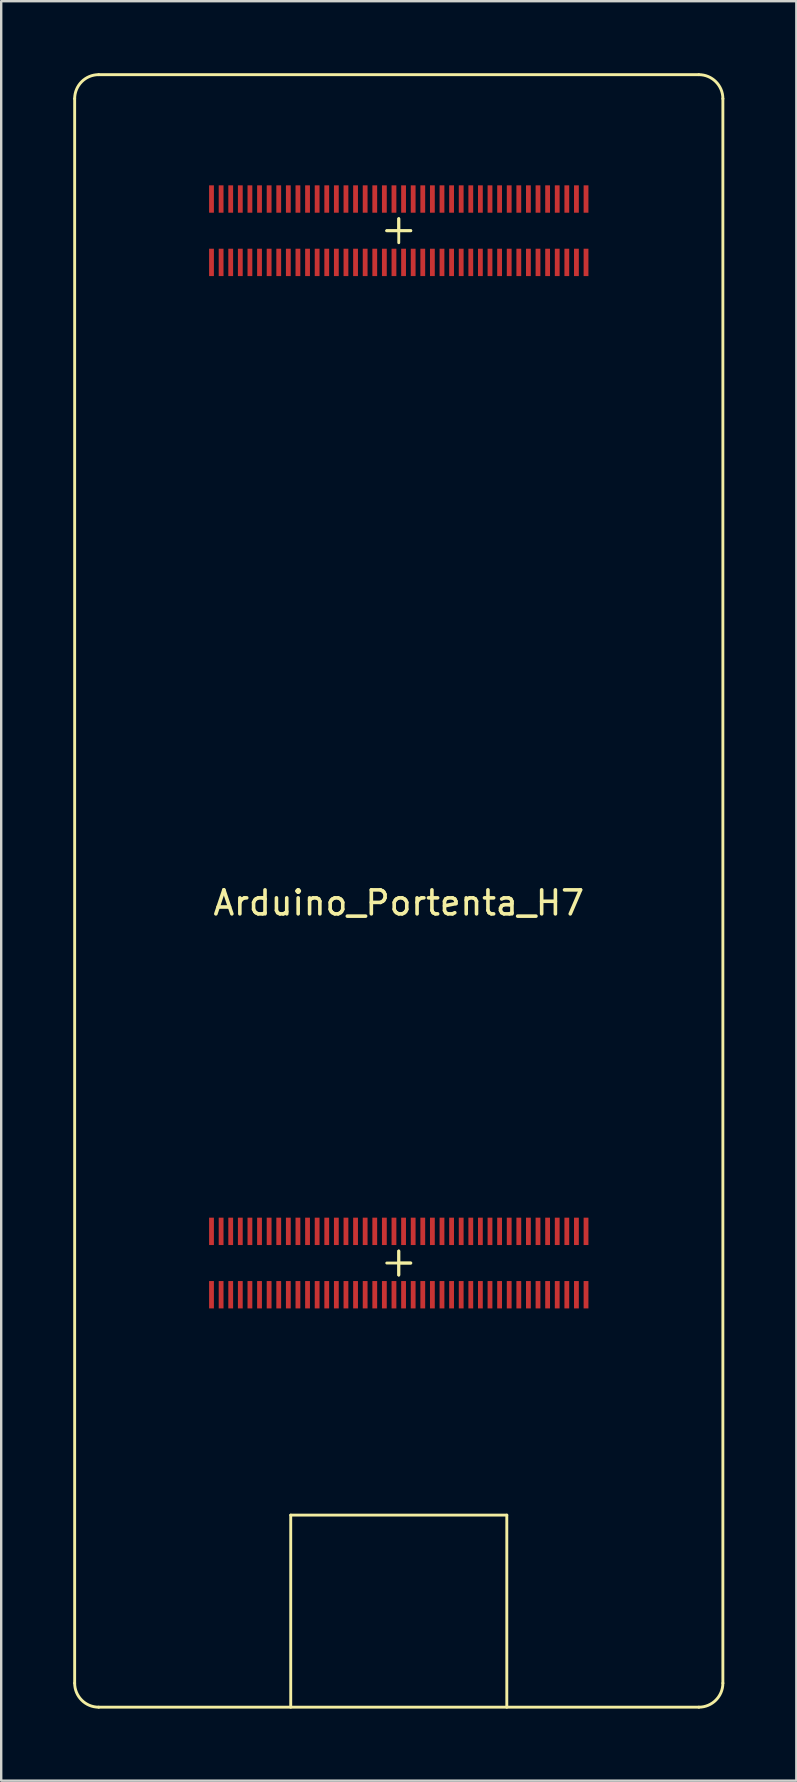
<source format=kicad_pcb>
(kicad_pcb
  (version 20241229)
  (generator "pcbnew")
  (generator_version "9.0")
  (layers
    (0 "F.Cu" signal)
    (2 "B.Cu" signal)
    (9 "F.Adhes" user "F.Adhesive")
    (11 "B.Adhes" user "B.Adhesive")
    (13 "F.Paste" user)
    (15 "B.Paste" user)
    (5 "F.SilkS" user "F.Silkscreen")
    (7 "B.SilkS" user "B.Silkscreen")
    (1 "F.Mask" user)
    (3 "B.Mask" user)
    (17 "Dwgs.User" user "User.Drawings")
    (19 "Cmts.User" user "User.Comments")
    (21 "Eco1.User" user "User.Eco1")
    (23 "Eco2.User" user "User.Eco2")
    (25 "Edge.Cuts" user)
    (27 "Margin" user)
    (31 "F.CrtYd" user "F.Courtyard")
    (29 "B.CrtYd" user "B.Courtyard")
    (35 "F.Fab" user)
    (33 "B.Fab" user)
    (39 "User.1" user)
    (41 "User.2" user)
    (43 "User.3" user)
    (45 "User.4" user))
  (footprint "Arduino_Portenta_H7"
    (layer "F.Cu")
    (at 13.56 34.06)
    (property "Reference" "Arduino_Portenta_H7" (at 0 0.5 0) (layer "F.SilkS") (effects (font (size 1 1) (thickness 0.15))))
    (attr through_hole)
    (fp_line (start -13.5 33) (end -13.5 -33) (stroke (width 0.12) (type solid)) (layer "F.SilkS"))
    (fp_line (start -12.5 -34) (end 12.5 -34) (stroke (width 0.12) (type solid)) (layer "F.SilkS"))
    (fp_line (start -4.5 26) (end -4.5 34) (stroke (width 0.12) (type solid)) (layer "F.SilkS"))
    (fp_line (start -0.5 -27.5) (end 0 -27.5) (stroke (width 0.12) (type solid)) (layer "F.SilkS"))
    (fp_line (start 0 -28) (end 0 -27.5) (stroke (width 0.12) (type solid)) (layer "F.SilkS"))
    (fp_line (start 0 -27.5) (end -0.5 -27.5) (stroke (width 0.12) (type solid)) (layer "F.SilkS"))
    (fp_line (start 0 -27.5) (end 0 -28) (stroke (width 0.12) (type solid)) (layer "F.SilkS"))
    (fp_line (start 0 -27.5) (end 0 -27) (stroke (width 0.12) (type solid)) (layer "F.SilkS"))
    (fp_line (start 0 -27.5) (end 0.5 -27.5) (stroke (width 0.12) (type solid)) (layer "F.SilkS"))
    (fp_line (start 0 15) (end 0 15.5) (stroke (width 0.12) (type solid)) (layer "F.SilkS"))
    (fp_line (start 0 15.5) (end -0.5 15.5) (stroke (width 0.12) (type solid)) (layer "F.SilkS"))
    (fp_line (start 0 15.5) (end 0 15) (stroke (width 0.12) (type solid)) (layer "F.SilkS"))
    (fp_line (start 0 15.5) (end 0 16) (stroke (width 0.12) (type solid)) (layer "F.SilkS"))
    (fp_line (start 0 15.5) (end 0.5 15.5) (stroke (width 0.12) (type solid)) (layer "F.SilkS"))
    (fp_line (start 0 16) (end 0 15.5) (stroke (width 0.12) (type solid)) (layer "F.SilkS"))
    (fp_line (start 0.5 -27.5) (end 0 -27.5) (stroke (width 0.12) (type solid)) (layer "F.SilkS"))
    (fp_line (start 0.5 15.5) (end 0 15.5) (stroke (width 0.12) (type solid)) (layer "F.SilkS"))
    (fp_line (start 4.5 26) (end -4.5 26) (stroke (width 0.12) (type solid)) (layer "F.SilkS"))
    (fp_line (start 4.5 34) (end 4.5 26) (stroke (width 0.12) (type solid)) (layer "F.SilkS"))
    (fp_line (start 12.5 34) (end -12.5 34) (stroke (width 0.12) (type solid)) (layer "F.SilkS"))
    (fp_line (start 13.5 -33) (end 13.5 33) (stroke (width 0.12) (type solid)) (layer "F.SilkS"))
    (fp_arc (start -13.5 -33) (mid -13.207107 -33.707107) (end -12.5 -34) (stroke (width 0.12) (type solid)) (layer "F.SilkS"))
    (fp_arc (start -12.5 34) (mid -13.207107 33.707107) (end -13.5 33) (stroke (width 0.12) (type solid)) (layer "F.SilkS"))
    (fp_arc (start 12.5 -34) (mid 13.207107 -33.707107) (end 13.5 -33) (stroke (width 0.12) (type solid)) (layer "F.SilkS"))
    (fp_arc (start 13.5 33) (mid 13.207107 33.707107) (end 12.5 34) (stroke (width 0.12) (type solid)) (layer "F.SilkS"))
    (pad "1" smd trapezoid (at -7.8 -28.82) (size 0.2 1.14) (layers "F.Cu" "F.Mask" "F.Paste"))
    (pad "2" smd trapezoid (at -7.8 -26.18) (size 0.2 1.14) (layers "F.Cu" "F.Mask" "F.Paste"))
    (pad "3" smd trapezoid (at -7.4 -28.82) (size 0.2 1.14) (layers "F.Cu" "F.Mask" "F.Paste"))
    (pad "4" smd trapezoid (at -7.4 -26.18) (size 0.2 1.14) (layers "F.Cu" "F.Mask" "F.Paste"))
    (pad "5" smd trapezoid (at -7 -28.82) (size 0.2 1.14) (layers "F.Cu" "F.Mask" "F.Paste"))
    (pad "6" smd trapezoid (at -7 -26.18) (size 0.2 1.14) (layers "F.Cu" "F.Mask" "F.Paste"))
    (pad "7" smd trapezoid (at -6.6 -28.82) (size 0.2 1.14) (layers "F.Cu" "F.Mask" "F.Paste"))
    (pad "8" smd trapezoid (at -6.6 -26.18) (size 0.2 1.14) (layers "F.Cu" "F.Mask" "F.Paste"))
    (pad "9" smd trapezoid (at -6.2 -28.82) (size 0.2 1.14) (layers "F.Cu" "F.Mask" "F.Paste"))
    (pad "10" smd trapezoid (at -6.2 -26.18) (size 0.2 1.14) (layers "F.Cu" "F.Mask" "F.Paste"))
    (pad "11" smd trapezoid (at -5.8 -28.82) (size 0.2 1.14) (layers "F.Cu" "F.Mask" "F.Paste"))
    (pad "12" smd trapezoid (at -5.8 -26.18) (size 0.2 1.14) (layers "F.Cu" "F.Mask" "F.Paste"))
    (pad "13" smd trapezoid (at -5.4 -28.82) (size 0.2 1.14) (layers "F.Cu" "F.Mask" "F.Paste"))
    (pad "14" smd trapezoid (at -5.4 -26.18) (size 0.2 1.14) (layers "F.Cu" "F.Mask" "F.Paste"))
    (pad "15" smd trapezoid (at -5 -28.82) (size 0.2 1.14) (layers "F.Cu" "F.Mask" "F.Paste"))
    (pad "16" smd trapezoid (at -5 -26.18) (size 0.2 1.14) (layers "F.Cu" "F.Mask" "F.Paste"))
    (pad "17" smd trapezoid (at -4.6 -28.82) (size 0.2 1.14) (layers "F.Cu" "F.Mask" "F.Paste"))
    (pad "18" smd trapezoid (at -4.6 -26.18) (size 0.2 1.14) (layers "F.Cu" "F.Mask" "F.Paste"))
    (pad "19" smd trapezoid (at -4.2 -28.82) (size 0.2 1.14) (layers "F.Cu" "F.Mask" "F.Paste"))
    (pad "20" smd trapezoid (at -4.2 -26.18) (size 0.2 1.14) (layers "F.Cu" "F.Mask" "F.Paste"))
    (pad "21" smd trapezoid (at -3.8 -28.82) (size 0.2 1.14) (layers "F.Cu" "F.Mask" "F.Paste"))
    (pad "22" smd trapezoid (at -3.8 -26.18) (size 0.2 1.14) (layers "F.Cu" "F.Mask" "F.Paste"))
    (pad "23" smd trapezoid (at -3.4 -28.82) (size 0.2 1.14) (layers "F.Cu" "F.Mask" "F.Paste"))
    (pad "24" smd trapezoid (at -3.4 -26.18) (size 0.2 1.14) (layers "F.Cu" "F.Mask" "F.Paste"))
    (pad "25" smd trapezoid (at -3 -28.82) (size 0.2 1.14) (layers "F.Cu" "F.Mask" "F.Paste"))
    (pad "26" smd trapezoid (at -3 -26.18) (size 0.2 1.14) (layers "F.Cu" "F.Mask" "F.Paste"))
    (pad "27" smd trapezoid (at -2.6 -28.82) (size 0.2 1.14) (layers "F.Cu" "F.Mask" "F.Paste"))
    (pad "28" smd trapezoid (at -2.6 -26.18) (size 0.2 1.14) (layers "F.Cu" "F.Mask" "F.Paste"))
    (pad "29" smd trapezoid (at -2.2 -28.82) (size 0.2 1.14) (layers "F.Cu" "F.Mask" "F.Paste"))
    (pad "30" smd trapezoid (at -2.2 -26.18) (size 0.2 1.14) (layers "F.Cu" "F.Mask" "F.Paste"))
    (pad "31" smd trapezoid (at -1.8 -28.82) (size 0.2 1.14) (layers "F.Cu" "F.Mask" "F.Paste"))
    (pad "32" smd trapezoid (at -1.8 -26.18) (size 0.2 1.14) (layers "F.Cu" "F.Mask" "F.Paste"))
    (pad "33" smd trapezoid (at -1.4 -28.82) (size 0.2 1.14) (layers "F.Cu" "F.Mask" "F.Paste"))
    (pad "34" smd trapezoid (at -1.4 -26.18) (size 0.2 1.14) (layers "F.Cu" "F.Mask" "F.Paste"))
    (pad "35" smd trapezoid (at -1 -28.82) (size 0.2 1.14) (layers "F.Cu" "F.Mask" "F.Paste"))
    (pad "36" smd trapezoid (at -1 -26.18) (size 0.2 1.14) (layers "F.Cu" "F.Mask" "F.Paste"))
    (pad "37" smd trapezoid (at -0.6 -28.82) (size 0.2 1.14) (layers "F.Cu" "F.Mask" "F.Paste"))
    (pad "38" smd trapezoid (at -0.6 -26.18) (size 0.2 1.14) (layers "F.Cu" "F.Mask" "F.Paste"))
    (pad "39" smd trapezoid (at -0.2 -28.82) (size 0.2 1.14) (layers "F.Cu" "F.Mask" "F.Paste"))
    (pad "40" smd trapezoid (at -0.2 -26.18) (size 0.2 1.14) (layers "F.Cu" "F.Mask" "F.Paste"))
    (pad "41" smd trapezoid (at 0.2 -28.82) (size 0.2 1.14) (layers "F.Cu" "F.Mask" "F.Paste"))
    (pad "42" smd trapezoid (at 0.2 -26.18) (size 0.2 1.14) (layers "F.Cu" "F.Mask" "F.Paste"))
    (pad "43" smd trapezoid (at 0.6 -28.82) (size 0.2 1.14) (layers "F.Cu" "F.Mask" "F.Paste"))
    (pad "44" smd trapezoid (at 0.6 -26.18) (size 0.2 1.14) (layers "F.Cu" "F.Mask" "F.Paste"))
    (pad "45" smd trapezoid (at 1 -28.82) (size 0.2 1.14) (layers "F.Cu" "F.Mask" "F.Paste"))
    (pad "46" smd trapezoid (at 1 -26.18) (size 0.2 1.14) (layers "F.Cu" "F.Mask" "F.Paste"))
    (pad "47" smd trapezoid (at 1.4 -28.82) (size 0.2 1.14) (layers "F.Cu" "F.Mask" "F.Paste"))
    (pad "48" smd trapezoid (at 1.4 -26.18) (size 0.2 1.14) (layers "F.Cu" "F.Mask" "F.Paste"))
    (pad "49" smd trapezoid (at 1.8 -28.82) (size 0.2 1.14) (layers "F.Cu" "F.Mask" "F.Paste"))
    (pad "50" smd trapezoid (at 1.8 -26.18) (size 0.2 1.14) (layers "F.Cu" "F.Mask" "F.Paste"))
    (pad "51" smd trapezoid (at 2.2 -28.82) (size 0.2 1.14) (layers "F.Cu" "F.Mask" "F.Paste"))
    (pad "52" smd trapezoid (at 2.2 -26.18) (size 0.2 1.14) (layers "F.Cu" "F.Mask" "F.Paste"))
    (pad "53" smd trapezoid (at 2.6 -28.82) (size 0.2 1.14) (layers "F.Cu" "F.Mask" "F.Paste"))
    (pad "54" smd trapezoid (at 2.6 -26.18) (size 0.2 1.14) (layers "F.Cu" "F.Mask" "F.Paste"))
    (pad "55" smd trapezoid (at 3 -28.82) (size 0.2 1.14) (layers "F.Cu" "F.Mask" "F.Paste"))
    (pad "56" smd trapezoid (at 3 -26.18) (size 0.2 1.14) (layers "F.Cu" "F.Mask" "F.Paste"))
    (pad "57" smd trapezoid (at 3.4 -28.82) (size 0.2 1.14) (layers "F.Cu" "F.Mask" "F.Paste"))
    (pad "58" smd trapezoid (at 3.4 -26.18) (size 0.2 1.14) (layers "F.Cu" "F.Mask" "F.Paste"))
    (pad "59" smd trapezoid (at 3.8 -28.82) (size 0.2 1.14) (layers "F.Cu" "F.Mask" "F.Paste"))
    (pad "60" smd trapezoid (at 3.8 -26.18) (size 0.2 1.14) (layers "F.Cu" "F.Mask" "F.Paste"))
    (pad "61" smd trapezoid (at 4.2 -28.82) (size 0.2 1.14) (layers "F.Cu" "F.Mask" "F.Paste"))
    (pad "62" smd trapezoid (at 4.2 -26.18) (size 0.2 1.14) (layers "F.Cu" "F.Mask" "F.Paste"))
    (pad "63" smd trapezoid (at 4.6 -28.82) (size 0.2 1.14) (layers "F.Cu" "F.Mask" "F.Paste"))
    (pad "64" smd trapezoid (at 4.6 -26.18) (size 0.2 1.14) (layers "F.Cu" "F.Mask" "F.Paste"))
    (pad "65" smd trapezoid (at 5 -28.82) (size 0.2 1.14) (layers "F.Cu" "F.Mask" "F.Paste"))
    (pad "66" smd trapezoid (at 5 -26.18) (size 0.2 1.14) (layers "F.Cu" "F.Mask" "F.Paste"))
    (pad "67" smd trapezoid (at 5.4 -28.82) (size 0.2 1.14) (layers "F.Cu" "F.Mask" "F.Paste"))
    (pad "68" smd trapezoid (at 5.4 -26.18) (size 0.2 1.14) (layers "F.Cu" "F.Mask" "F.Paste"))
    (pad "69" smd trapezoid (at 5.8 -28.82) (size 0.2 1.14) (layers "F.Cu" "F.Mask" "F.Paste"))
    (pad "70" smd trapezoid (at 5.8 -26.18) (size 0.2 1.14) (layers "F.Cu" "F.Mask" "F.Paste"))
    (pad "71" smd trapezoid (at 6.2 -28.82) (size 0.2 1.14) (layers "F.Cu" "F.Mask" "F.Paste"))
    (pad "72" smd trapezoid (at 6.2 -26.18) (size 0.2 1.14) (layers "F.Cu" "F.Mask" "F.Paste"))
    (pad "73" smd trapezoid (at 6.6 -28.82) (size 0.2 1.14) (layers "F.Cu" "F.Mask" "F.Paste"))
    (pad "74" smd trapezoid (at 6.6 -26.18) (size 0.2 1.14) (layers "F.Cu" "F.Mask" "F.Paste"))
    (pad "75" smd trapezoid (at 7 -28.82) (size 0.2 1.14) (layers "F.Cu" "F.Mask" "F.Paste"))
    (pad "76" smd trapezoid (at 7 -26.18) (size 0.2 1.14) (layers "F.Cu" "F.Mask" "F.Paste"))
    (pad "77" smd trapezoid (at 7.4 -28.82) (size 0.2 1.14) (layers "F.Cu" "F.Mask" "F.Paste"))
    (pad "78" smd trapezoid (at 7.4 -26.18) (size 0.2 1.14) (layers "F.Cu" "F.Mask" "F.Paste"))
    (pad "79" smd trapezoid (at 7.8 -28.82) (size 0.2 1.14) (layers "F.Cu" "F.Mask" "F.Paste"))
    (pad "80" smd trapezoid (at 7.8 -26.18) (size 0.2 1.14) (layers "F.Cu" "F.Mask" "F.Paste"))
    (pad "81" smd trapezoid (at -7.8 14.18) (size 0.2 1.14) (layers "F.Cu" "F.Mask" "F.Paste"))
    (pad "82" smd trapezoid (at -7.8 16.82) (size 0.2 1.14) (layers "F.Cu" "F.Mask" "F.Paste"))
    (pad "83" smd trapezoid (at -7.4 14.18) (size 0.2 1.14) (layers "F.Cu" "F.Mask" "F.Paste"))
    (pad "84" smd trapezoid (at -7.4 16.82) (size 0.2 1.14) (layers "F.Cu" "F.Mask" "F.Paste"))
    (pad "85" smd trapezoid (at -7 14.18) (size 0.2 1.14) (layers "F.Cu" "F.Mask" "F.Paste"))
    (pad "86" smd trapezoid (at -7 16.82) (size 0.2 1.14) (layers "F.Cu" "F.Mask" "F.Paste"))
    (pad "87" smd trapezoid (at -6.6 14.18) (size 0.2 1.14) (layers "F.Cu" "F.Mask" "F.Paste"))
    (pad "88" smd trapezoid (at -6.6 16.82) (size 0.2 1.14) (layers "F.Cu" "F.Mask" "F.Paste"))
    (pad "89" smd trapezoid (at -6.2 14.18) (size 0.2 1.14) (layers "F.Cu" "F.Mask" "F.Paste"))
    (pad "90" smd trapezoid (at -6.2 16.82) (size 0.2 1.14) (layers "F.Cu" "F.Mask" "F.Paste"))
    (pad "91" smd trapezoid (at -5.8 14.18) (size 0.2 1.14) (layers "F.Cu" "F.Mask" "F.Paste"))
    (pad "92" smd trapezoid (at -5.8 16.82) (size 0.2 1.14) (layers "F.Cu" "F.Mask" "F.Paste"))
    (pad "93" smd trapezoid (at -5.4 14.18) (size 0.2 1.14) (layers "F.Cu" "F.Mask" "F.Paste"))
    (pad "94" smd trapezoid (at -5.4 16.82) (size 0.2 1.14) (layers "F.Cu" "F.Mask" "F.Paste"))
    (pad "95" smd trapezoid (at -5 14.18) (size 0.2 1.14) (layers "F.Cu" "F.Mask" "F.Paste"))
    (pad "96" smd trapezoid (at -5 16.82) (size 0.2 1.14) (layers "F.Cu" "F.Mask" "F.Paste"))
    (pad "97" smd trapezoid (at -4.6 14.18) (size 0.2 1.14) (layers "F.Cu" "F.Mask" "F.Paste"))
    (pad "98" smd trapezoid (at -4.6 16.82) (size 0.2 1.14) (layers "F.Cu" "F.Mask" "F.Paste"))
    (pad "99" smd trapezoid (at -4.2 14.18) (size 0.2 1.14) (layers "F.Cu" "F.Mask" "F.Paste"))
    (pad "100" smd trapezoid (at -4.2 16.82) (size 0.2 1.14) (layers "F.Cu" "F.Mask" "F.Paste"))
    (pad "101" smd trapezoid (at -3.8 14.18) (size 0.2 1.14) (layers "F.Cu" "F.Mask" "F.Paste"))
    (pad "102" smd trapezoid (at -3.8 16.82) (size 0.2 1.14) (layers "F.Cu" "F.Mask" "F.Paste"))
    (pad "103" smd trapezoid (at -3.4 14.18) (size 0.2 1.14) (layers "F.Cu" "F.Mask" "F.Paste"))
    (pad "104" smd trapezoid (at -3.4 16.82) (size 0.2 1.14) (layers "F.Cu" "F.Mask" "F.Paste"))
    (pad "105" smd trapezoid (at -3 14.18) (size 0.2 1.14) (layers "F.Cu" "F.Mask" "F.Paste"))
    (pad "106" smd trapezoid (at -3 16.82) (size 0.2 1.14) (layers "F.Cu" "F.Mask" "F.Paste"))
    (pad "107" smd trapezoid (at -2.6 14.18) (size 0.2 1.14) (layers "F.Cu" "F.Mask" "F.Paste"))
    (pad "108" smd trapezoid (at -2.6 16.82) (size 0.2 1.14) (layers "F.Cu" "F.Mask" "F.Paste"))
    (pad "109" smd trapezoid (at -2.2 14.18) (size 0.2 1.14) (layers "F.Cu" "F.Mask" "F.Paste"))
    (pad "110" smd trapezoid (at -2.2 16.82) (size 0.2 1.14) (layers "F.Cu" "F.Mask" "F.Paste"))
    (pad "111" smd trapezoid (at -1.8 14.18) (size 0.2 1.14) (layers "F.Cu" "F.Mask" "F.Paste"))
    (pad "112" smd trapezoid (at -1.8 16.82) (size 0.2 1.14) (layers "F.Cu" "F.Mask" "F.Paste"))
    (pad "113" smd trapezoid (at -1.4 14.18) (size 0.2 1.14) (layers "F.Cu" "F.Mask" "F.Paste"))
    (pad "114" smd trapezoid (at -1.4 16.82) (size 0.2 1.14) (layers "F.Cu" "F.Mask" "F.Paste"))
    (pad "115" smd trapezoid (at -1 14.18) (size 0.2 1.14) (layers "F.Cu" "F.Mask" "F.Paste"))
    (pad "116" smd trapezoid (at -1 16.82) (size 0.2 1.14) (layers "F.Cu" "F.Mask" "F.Paste"))
    (pad "117" smd trapezoid (at -0.6 14.18) (size 0.2 1.14) (layers "F.Cu" "F.Mask" "F.Paste"))
    (pad "118" smd trapezoid (at -0.6 16.82) (size 0.2 1.14) (layers "F.Cu" "F.Mask" "F.Paste"))
    (pad "119" smd trapezoid (at -0.2 14.18) (size 0.2 1.14) (layers "F.Cu" "F.Mask" "F.Paste"))
    (pad "120" smd trapezoid (at -0.2 16.82) (size 0.2 1.14) (layers "F.Cu" "F.Mask" "F.Paste"))
    (pad "121" smd trapezoid (at 0.2 14.18) (size 0.2 1.14) (layers "F.Cu" "F.Mask" "F.Paste"))
    (pad "122" smd trapezoid (at 0.2 16.82) (size 0.2 1.14) (layers "F.Cu" "F.Mask" "F.Paste"))
    (pad "123" smd trapezoid (at 0.6 14.18) (size 0.2 1.14) (layers "F.Cu" "F.Mask" "F.Paste"))
    (pad "124" smd trapezoid (at 0.6 16.82) (size 0.2 1.14) (layers "F.Cu" "F.Mask" "F.Paste"))
    (pad "125" smd trapezoid (at 1 14.18) (size 0.2 1.14) (layers "F.Cu" "F.Mask" "F.Paste"))
    (pad "126" smd trapezoid (at 1 16.82) (size 0.2 1.14) (layers "F.Cu" "F.Mask" "F.Paste"))
    (pad "127" smd trapezoid (at 1.4 14.18) (size 0.2 1.14) (layers "F.Cu" "F.Mask" "F.Paste"))
    (pad "128" smd trapezoid (at 1.4 16.82) (size 0.2 1.14) (layers "F.Cu" "F.Mask" "F.Paste"))
    (pad "129" smd trapezoid (at 1.8 14.18) (size 0.2 1.14) (layers "F.Cu" "F.Mask" "F.Paste"))
    (pad "130" smd trapezoid (at 1.8 16.82) (size 0.2 1.14) (layers "F.Cu" "F.Mask" "F.Paste"))
    (pad "131" smd trapezoid (at 2.2 14.18) (size 0.2 1.14) (layers "F.Cu" "F.Mask" "F.Paste"))
    (pad "132" smd trapezoid (at 2.2 16.82) (size 0.2 1.14) (layers "F.Cu" "F.Mask" "F.Paste"))
    (pad "133" smd trapezoid (at 2.6 14.18) (size 0.2 1.14) (layers "F.Cu" "F.Mask" "F.Paste"))
    (pad "134" smd trapezoid (at 2.6 16.82) (size 0.2 1.14) (layers "F.Cu" "F.Mask" "F.Paste"))
    (pad "135" smd trapezoid (at 3 14.18) (size 0.2 1.14) (layers "F.Cu" "F.Mask" "F.Paste"))
    (pad "136" smd trapezoid (at 3 16.82) (size 0.2 1.14) (layers "F.Cu" "F.Mask" "F.Paste"))
    (pad "137" smd trapezoid (at 3.4 14.18) (size 0.2 1.14) (layers "F.Cu" "F.Mask" "F.Paste"))
    (pad "138" smd trapezoid (at 3.4 16.82) (size 0.2 1.14) (layers "F.Cu" "F.Mask" "F.Paste"))
    (pad "139" smd trapezoid (at 3.8 14.18) (size 0.2 1.14) (layers "F.Cu" "F.Mask" "F.Paste"))
    (pad "140" smd trapezoid (at 3.8 16.82) (size 0.2 1.14) (layers "F.Cu" "F.Mask" "F.Paste"))
    (pad "141" smd trapezoid (at 4.2 14.18) (size 0.2 1.14) (layers "F.Cu" "F.Mask" "F.Paste"))
    (pad "142" smd trapezoid (at 4.2 16.82) (size 0.2 1.14) (layers "F.Cu" "F.Mask" "F.Paste"))
    (pad "143" smd trapezoid (at 4.6 14.18) (size 0.2 1.14) (layers "F.Cu" "F.Mask" "F.Paste"))
    (pad "144" smd trapezoid (at 4.6 16.82) (size 0.2 1.14) (layers "F.Cu" "F.Mask" "F.Paste"))
    (pad "145" smd trapezoid (at 5 14.18) (size 0.2 1.14) (layers "F.Cu" "F.Mask" "F.Paste"))
    (pad "146" smd trapezoid (at 5 16.82) (size 0.2 1.14) (layers "F.Cu" "F.Mask" "F.Paste"))
    (pad "147" smd trapezoid (at 5.4 14.18) (size 0.2 1.14) (layers "F.Cu" "F.Mask" "F.Paste"))
    (pad "148" smd trapezoid (at 5.4 16.82) (size 0.2 1.14) (layers "F.Cu" "F.Mask" "F.Paste"))
    (pad "149" smd trapezoid (at 5.8 14.18) (size 0.2 1.14) (layers "F.Cu" "F.Mask" "F.Paste"))
    (pad "150" smd trapezoid (at 5.8 16.82) (size 0.2 1.14) (layers "F.Cu" "F.Mask" "F.Paste"))
    (pad "151" smd trapezoid (at 6.2 14.18) (size 0.2 1.14) (layers "F.Cu" "F.Mask" "F.Paste"))
    (pad "152" smd trapezoid (at 6.2 16.82) (size 0.2 1.14) (layers "F.Cu" "F.Mask" "F.Paste"))
    (pad "153" smd trapezoid (at 6.6 14.18) (size 0.2 1.14) (layers "F.Cu" "F.Mask" "F.Paste"))
    (pad "154" smd trapezoid (at 6.6 16.82) (size 0.2 1.14) (layers "F.Cu" "F.Mask" "F.Paste"))
    (pad "155" smd trapezoid (at 7 14.18) (size 0.2 1.14) (layers "F.Cu" "F.Mask" "F.Paste"))
    (pad "156" smd trapezoid (at 7 16.82) (size 0.2 1.14) (layers "F.Cu" "F.Mask" "F.Paste"))
    (pad "157" smd trapezoid (at 7.4 14.18) (size 0.2 1.14) (layers "F.Cu" "F.Mask" "F.Paste"))
    (pad "158" smd trapezoid (at 7.4 16.82) (size 0.2 1.14) (layers "F.Cu" "F.Mask" "F.Paste"))
    (pad "159" smd trapezoid (at 7.8 14.18) (size 0.2 1.14) (layers "F.Cu" "F.Mask" "F.Paste"))
    (pad "160" smd trapezoid (at 7.8 16.82) (size 0.2 1.14) (layers "F.Cu" "F.Mask" "F.Paste")))
  (gr_rect
    (start -3 -3)
    (end 30.12 71.12)
    (stroke (width 0.1) (type default))
    (fill no)
    (layer "Edge.Cuts")))
</source>
